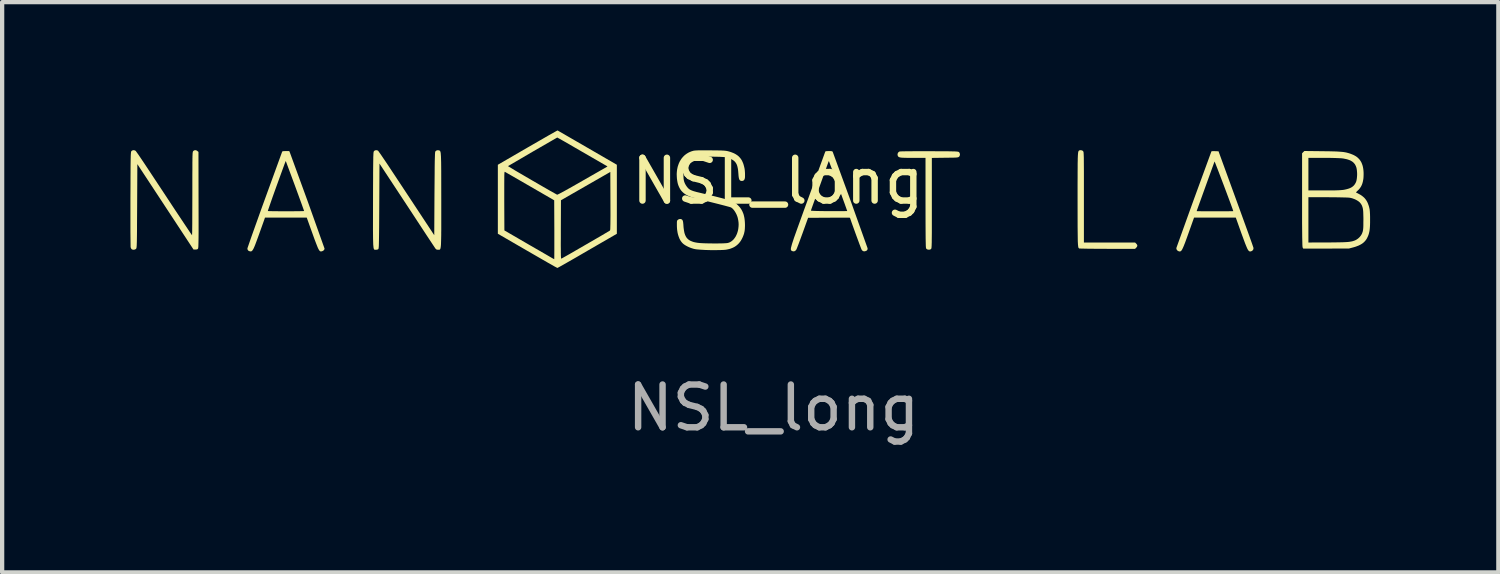
<source format=kicad_pcb>
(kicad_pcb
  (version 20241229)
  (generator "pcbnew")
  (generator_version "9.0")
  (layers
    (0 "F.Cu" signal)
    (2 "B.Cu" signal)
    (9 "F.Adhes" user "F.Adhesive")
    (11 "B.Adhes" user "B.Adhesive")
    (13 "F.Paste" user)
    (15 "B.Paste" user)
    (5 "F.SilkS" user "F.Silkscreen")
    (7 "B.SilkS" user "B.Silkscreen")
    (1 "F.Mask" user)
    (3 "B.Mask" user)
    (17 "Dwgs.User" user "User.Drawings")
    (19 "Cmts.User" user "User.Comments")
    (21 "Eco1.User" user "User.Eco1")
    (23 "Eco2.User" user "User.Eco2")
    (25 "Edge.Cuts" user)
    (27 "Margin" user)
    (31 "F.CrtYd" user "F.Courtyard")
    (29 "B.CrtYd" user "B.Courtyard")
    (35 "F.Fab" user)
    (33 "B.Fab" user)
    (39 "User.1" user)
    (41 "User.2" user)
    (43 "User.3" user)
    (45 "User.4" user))
  (footprint "NSL_long"
    (layer "F.Cu")
    (at 15.141 1.685)
    (property "Reference" "NSL_long" (at 0 -0.5 0) (unlocked yes) (layer "F.SilkS") (effects (font (size 1 1) (thickness 0.15))))
    (attr smd)
    (fp_poly (pts (xy 7.084 -1.223) (xy 7.09 -1.222) (xy 7.097 -1.221) (xy 7.103 -1.219) (xy 7.109 -1.218) (xy 7.115 -1.215) (xy 7.121 -1.213) (xy 7.126 -1.209) (xy 7.129 -1.208) (xy 7.131 -1.206) (xy 7.133 -1.204) (xy 7.135 -1.202) (xy 7.142 -1.193) (xy 7.148 -1.172) (xy 7.151 -1.127) (xy 7.154 -1.046) (xy 7.156 -0.729) (xy 7.156 -0.123) (xy 7.156 0.936) (xy 8.353 0.936) (xy 8.379 0.962) (xy 8.382 0.965) (xy 8.384 0.968) (xy 8.387 0.971) (xy 8.389 0.974) (xy 8.392 0.977) (xy 8.394 0.98) (xy 8.396 0.983) (xy 8.398 0.987) (xy 8.399 0.99) (xy 8.401 0.993) (xy 8.402 0.996) (xy 8.403 0.999) (xy 8.404 1.002) (xy 8.405 1.005) (xy 8.405 1.007) (xy 8.405 1.01) (xy 8.405 1.012) (xy 8.405 1.014) (xy 8.404 1.017) (xy 8.403 1.02) (xy 8.402 1.023) (xy 8.401 1.026) (xy 8.399 1.029) (xy 8.398 1.033) (xy 8.396 1.036) (xy 8.394 1.039) (xy 8.392 1.042) (xy 8.389 1.046) (xy 8.387 1.049) (xy 8.384 1.052) (xy 8.382 1.055) (xy 8.379 1.057) (xy 8.353 1.084) (xy 7.705 1.084) (xy 7.452 1.083) (xy 7.243 1.081) (xy 7.1 1.078) (xy 7.06 1.077) (xy 7.049 1.076) (xy 7.044 1.075) (xy 7.033 1.064) (xy 7.028 1.055) (xy 7.024 1.041) (xy 7.018 0.992) (xy 7.013 0.906) (xy 7.009 0.569) (xy 7.008 -0.07) (xy 7.008 -0.434) (xy 7.009 -0.581) (xy 7.009 -0.709) (xy 7.01 -0.818) (xy 7.01 -0.865) (xy 7.01 -0.909) (xy 7.011 -0.948) (xy 7.012 -0.984) (xy 7.012 -1.017) (xy 7.013 -1.046) (xy 7.014 -1.071) (xy 7.015 -1.094) (xy 7.016 -1.114) (xy 7.018 -1.132) (xy 7.019 -1.147) (xy 7.02 -1.154) (xy 7.02 -1.16) (xy 7.021 -1.166) (xy 7.022 -1.171) (xy 7.023 -1.176) (xy 7.024 -1.181) (xy 7.025 -1.185) (xy 7.026 -1.188) (xy 7.027 -1.192) (xy 7.028 -1.195) (xy 7.029 -1.198) (xy 7.03 -1.2) (xy 7.031 -1.202) (xy 7.033 -1.204) (xy 7.034 -1.206) (xy 7.035 -1.208) (xy 7.037 -1.209) (xy 7.038 -1.21) (xy 7.041 -1.213) (xy 7.044 -1.215) (xy 7.046 -1.216) (xy 7.049 -1.217) (xy 7.051 -1.219) (xy 7.054 -1.22) (xy 7.056 -1.22) (xy 7.059 -1.221) (xy 7.065 -1.222) (xy 7.071 -1.223) (xy 7.077 -1.223)) (stroke (width 0) (type solid)) (fill yes) (layer "F.SilkS"))
    (fp_poly (pts (xy -11.412 -1.168) (xy -10.988 -0.006) (xy -10.602 1.077) (xy -10.602 1.08) (xy -10.603 1.083) (xy -10.603 1.085) (xy -10.604 1.088) (xy -10.604 1.091) (xy -10.605 1.093) (xy -10.606 1.096) (xy -10.607 1.098) (xy -10.608 1.101) (xy -10.61 1.103) (xy -10.613 1.108) (xy -10.616 1.112) (xy -10.62 1.117) (xy -10.625 1.121) (xy -10.63 1.125) (xy -10.635 1.129) (xy -10.641 1.132) (xy -10.647 1.135) (xy -10.653 1.138) (xy -10.66 1.14) (xy -10.667 1.142) (xy -10.677 1.144) (xy -10.687 1.145) (xy -10.696 1.143) (xy -10.705 1.14) (xy -10.714 1.133) (xy -10.723 1.123) (xy -10.733 1.108) (xy -10.743 1.09) (xy -10.755 1.067) (xy -10.767 1.038) (xy -10.797 0.962) (xy -10.836 0.86) (xy -10.884 0.726) (xy -11.018 0.353) (xy -11.994 0.353) (xy -12.018 0.422) (xy -12.067 0.559) (xy -12.15 0.791) (xy -12.171 0.848) (xy -12.19 0.9) (xy -12.207 0.945) (xy -12.222 0.985) (xy -12.229 1.003) (xy -12.236 1.019) (xy -12.242 1.035) (xy -12.249 1.049) (xy -12.254 1.062) (xy -12.26 1.073) (xy -12.265 1.084) (xy -12.271 1.094) (xy -12.276 1.102) (xy -12.281 1.11) (xy -12.285 1.117) (xy -12.29 1.123) (xy -12.295 1.128) (xy -12.299 1.132) (xy -12.304 1.136) (xy -12.308 1.139) (xy -12.313 1.141) (xy -12.317 1.143) (xy -12.322 1.144) (xy -12.326 1.144) (xy -12.331 1.144) (xy -12.336 1.144) (xy -12.341 1.143) (xy -12.347 1.142) (xy -12.354 1.14) (xy -12.361 1.138) (xy -12.367 1.135) (xy -12.37 1.134) (xy -12.373 1.132) (xy -12.376 1.131) (xy -12.379 1.129) (xy -12.381 1.127) (xy -12.383 1.126) (xy -12.386 1.124) (xy -12.388 1.122) (xy -12.39 1.12) (xy -12.391 1.118) (xy -12.393 1.115) (xy -12.395 1.113) (xy -12.396 1.111) (xy -12.398 1.108) (xy -12.399 1.106) (xy -12.4 1.103) (xy -12.401 1.1) (xy -12.402 1.097) (xy -12.403 1.094) (xy -12.403 1.091) (xy -12.404 1.088) (xy -12.404 1.085) (xy -12.405 1.078) (xy -12.405 1.071) (xy -12.306 0.785) (xy -12.097 0.2) (xy -11.927 0.2) (xy -11.889 0.202) (xy -11.792 0.204) (xy -11.5 0.206) (xy -11.21 0.204) (xy -11.115 0.202) (xy -11.079 0.2) (xy -11.141 0.026) (xy -11.291 -0.385) (xy -11.443 -0.795) (xy -11.507 -0.967) (xy -11.509 -0.968) (xy -11.513 -0.961) (xy -11.538 -0.896) (xy -11.739 -0.343) (xy -11.814 -0.134) (xy -11.874 0.038) (xy -11.914 0.155) (xy -11.925 0.188) (xy -11.927 0.197) (xy -11.927 0.2) (xy -12.097 0.2) (xy -12.075 0.138) (xy -11.592 -1.19) (xy -11.591 -1.191) (xy -11.59 -1.193) (xy -11.588 -1.194) (xy -11.585 -1.195) (xy -11.582 -1.196) (xy -11.578 -1.197) (xy -11.574 -1.198) (xy -11.569 -1.199) (xy -11.563 -1.2) (xy -11.557 -1.2) (xy -11.543 -1.201) (xy -11.526 -1.202) (xy -11.507 -1.202) (xy -11.427 -1.202)) (stroke (width 0) (type solid)) (fill yes) (layer "F.SilkS"))
    (fp_poly (pts (xy -4.456 -1.282) (xy -3.766 -0.882) (xy -3.766 0.732) (xy -4.456 1.131) (xy -4.724 1.287) (xy -4.946 1.414) (xy -5.098 1.5) (xy -5.141 1.523) (xy -5.157 1.531) (xy -5.216 1.5) (xy -5.368 1.414) (xy -5.859 1.131) (xy -6.549 0.731) (xy -6.549 -0.421) (xy -6.399 -0.421) (xy -6.399 -0.037) (xy -6.396 0.653) (xy -5.814 0.991) (xy -5.403 1.228) (xy -5.278 1.301) (xy -5.23 1.327) (xy -5.229 1.273) (xy -5.228 1.125) (xy -5.228 1.014) (xy -5.077 1.014) (xy -5.076 1.08) (xy -5.076 1.135) (xy -5.076 1.181) (xy -5.075 1.201) (xy -5.075 1.218) (xy -5.075 1.234) (xy -5.074 1.248) (xy -5.074 1.261) (xy -5.073 1.271) (xy -5.072 1.28) (xy -5.072 1.288) (xy -5.071 1.295) (xy -5.07 1.3) (xy -5.069 1.302) (xy -5.069 1.304) (xy -5.068 1.306) (xy -5.068 1.308) (xy -5.067 1.309) (xy -5.067 1.31) (xy -5.066 1.311) (xy -5.066 1.312) (xy -5.065 1.312) (xy -5.064 1.313) (xy -5.064 1.313) (xy -5.063 1.313) (xy -5.062 1.313) (xy -5.061 1.313) (xy -5.06 1.312) (xy -4.874 1.207) (xy -4.49 0.985) (xy -4.107 0.763) (xy -3.926 0.655) (xy -3.923 0.645) (xy -3.92 0.619) (xy -3.917 0.507) (xy -3.915 0.297) (xy -3.916 -0.035) (xy -3.919 -0.714) (xy -4.496 -0.383) (xy -5.073 -0.052) (xy -5.076 0.634) (xy -5.076 0.849) (xy -5.077 0.938) (xy -5.077 1.014) (xy -5.228 1.014) (xy -5.228 0.638) (xy -5.231 -0.051) (xy -5.798 -0.379) (xy -6.203 -0.613) (xy -6.383 -0.716) (xy -6.386 -0.718) (xy -6.388 -0.717) (xy -6.391 -0.713) (xy -6.393 -0.706) (xy -6.396 -0.678) (xy -6.398 -0.626) (xy -6.399 -0.421) (xy -6.549 -0.421) (xy -6.549 -0.85) (xy -6.312 -0.85) (xy -6.139 -0.745) (xy -5.752 -0.519) (xy -5.358 -0.291) (xy -5.163 -0.182) (xy -5.158 -0.183) (xy -5.148 -0.187) (xy -5.114 -0.203) (xy -4.992 -0.268) (xy -4.808 -0.371) (xy -4.575 -0.504) (xy -3.993 -0.837) (xy -3.992 -0.837) (xy -3.992 -0.838) (xy -3.991 -0.838) (xy -3.991 -0.838) (xy -3.99 -0.839) (xy -3.99 -0.839) (xy -3.989 -0.839) (xy -3.989 -0.84) (xy -3.989 -0.84) (xy -3.988 -0.84) (xy -3.988 -0.841) (xy -3.988 -0.841) (xy -3.988 -0.841) (xy -3.988 -0.842) (xy -3.988 -0.842) (xy -3.988 -0.842) (xy -3.988 -0.843) (xy -3.988 -0.843) (xy -3.988 -0.843) (xy -3.988 -0.844) (xy -3.988 -0.844) (xy -3.988 -0.845) (xy -3.989 -0.845) (xy -3.989 -0.845) (xy -3.989 -0.846) (xy -3.99 -0.846) (xy -3.99 -0.846) (xy -3.991 -0.846) (xy -3.991 -0.847) (xy -3.992 -0.847) (xy -3.992 -0.847) (xy -3.993 -0.848) (xy -4.578 -1.186) (xy -4.986 -1.422) (xy -5.112 -1.493) (xy -5.147 -1.512) (xy -5.16 -1.519) (xy -5.736 -1.187) (xy -6.312 -0.85) (xy -6.549 -0.85) (xy -6.549 -0.882) (xy -5.854 -1.285) (xy -5.583 -1.441) (xy -5.361 -1.569) (xy -5.21 -1.654) (xy -5.168 -1.677) (xy -5.153 -1.685)) (stroke (width 0) (type solid)) (fill yes) (layer "F.SilkS"))
    (fp_poly (pts (xy 10.207 -1.201) (xy 10.223 -1.2) (xy 10.304 -1.197) (xy 10.709 -0.086) (xy 10.997 0.708) (xy 11.086 0.957) (xy 11.12 1.057) (xy 11.121 1.061) (xy 11.121 1.065) (xy 11.121 1.068) (xy 11.121 1.072) (xy 11.121 1.075) (xy 11.121 1.079) (xy 11.121 1.082) (xy 11.12 1.086) (xy 11.119 1.089) (xy 11.118 1.092) (xy 11.117 1.096) (xy 11.116 1.099) (xy 11.114 1.102) (xy 11.113 1.105) (xy 11.111 1.108) (xy 11.109 1.111) (xy 11.107 1.114) (xy 11.104 1.116) (xy 11.102 1.119) (xy 11.1 1.122) (xy 11.097 1.124) (xy 11.094 1.126) (xy 11.091 1.129) (xy 11.088 1.131) (xy 11.085 1.133) (xy 11.082 1.135) (xy 11.078 1.136) (xy 11.075 1.138) (xy 11.071 1.139) (xy 11.067 1.141) (xy 11.064 1.142) (xy 11.06 1.143) (xy 11.049 1.145) (xy 11.039 1.145) (xy 11.03 1.143) (xy 11.021 1.139) (xy 11.012 1.132) (xy 11.002 1.121) (xy 10.992 1.106) (xy 10.981 1.087) (xy 10.97 1.063) (xy 10.957 1.033) (xy 10.926 0.957) (xy 10.888 0.854) (xy 10.839 0.721) (xy 10.708 0.353) (xy 9.732 0.353) (xy 9.601 0.721) (xy 9.576 0.791) (xy 9.553 0.854) (xy 9.533 0.909) (xy 9.515 0.957) (xy 9.506 0.978) (xy 9.499 0.998) (xy 9.491 1.017) (xy 9.484 1.033) (xy 9.477 1.049) (xy 9.471 1.063) (xy 9.465 1.075) (xy 9.459 1.087) (xy 9.454 1.097) (xy 9.449 1.106) (xy 9.444 1.114) (xy 9.439 1.121) (xy 9.434 1.127) (xy 9.429 1.132) (xy 9.425 1.136) (xy 9.422 1.137) (xy 9.42 1.139) (xy 9.418 1.14) (xy 9.415 1.141) (xy 9.413 1.142) (xy 9.411 1.143) (xy 9.406 1.145) (xy 9.401 1.145) (xy 9.397 1.145) (xy 9.392 1.145) (xy 9.386 1.144) (xy 9.381 1.143) (xy 9.377 1.142) (xy 9.373 1.141) (xy 9.37 1.139) (xy 9.366 1.138) (xy 9.362 1.136) (xy 9.359 1.135) (xy 9.356 1.133) (xy 9.353 1.131) (xy 9.35 1.129) (xy 9.347 1.126) (xy 9.344 1.124) (xy 9.341 1.122) (xy 9.339 1.119) (xy 9.336 1.117) (xy 9.334 1.114) (xy 9.332 1.111) (xy 9.33 1.108) (xy 9.328 1.105) (xy 9.326 1.102) (xy 9.325 1.099) (xy 9.323 1.096) (xy 9.322 1.093) (xy 9.321 1.09) (xy 9.32 1.087) (xy 9.319 1.083) (xy 9.319 1.08) (xy 9.319 1.077) (xy 9.318 1.073) (xy 9.318 1.07) (xy 9.319 1.066) (xy 9.319 1.063) (xy 9.32 1.059) (xy 9.628 0.202) (xy 9.792 0.202) (xy 9.825 0.204) (xy 9.918 0.205) (xy 10.22 0.205) (xy 10.387 0.205) (xy 10.523 0.205) (xy 10.615 0.204) (xy 10.64 0.203) (xy 10.647 0.203) (xy 10.649 0.202) (xy 10.63 0.145) (xy 10.581 0.01) (xy 10.431 -0.391) (xy 10.281 -0.785) (xy 10.231 -0.913) (xy 10.211 -0.959) (xy 9.792 0.202) (xy 9.628 0.202) (xy 9.727 -0.072) (xy 10.138 -1.195) (xy 10.139 -1.196) (xy 10.14 -1.196) (xy 10.143 -1.197) (xy 10.146 -1.198) (xy 10.154 -1.199) (xy 10.165 -1.2) (xy 10.177 -1.201) (xy 10.192 -1.201)) (stroke (width 0) (type solid)) (fill yes) (layer "F.SilkS"))
    (fp_poly (pts (xy -9.386 -1.222) (xy -9.379 -1.221) (xy -9.373 -1.22) (xy -9.366 -1.218) (xy -9.363 -1.217) (xy -9.36 -1.215) (xy -9.357 -1.214) (xy -9.354 -1.212) (xy -9.351 -1.211) (xy -9.348 -1.209) (xy -9.289 -1.126) (xy -9.143 -0.911) (xy -8.682 -0.214) (xy -8.036 0.765) (xy -8.031 -0.2) (xy -8.027 -0.666) (xy -8.026 -0.835) (xy -8.024 -0.967) (xy -8.021 -1.064) (xy -8.019 -1.131) (xy -8.017 -1.154) (xy -8.016 -1.171) (xy -8.014 -1.183) (xy -8.013 -1.189) (xy -8.009 -1.193) (xy -8.006 -1.198) (xy -8.002 -1.202) (xy -7.997 -1.206) (xy -7.993 -1.21) (xy -7.988 -1.213) (xy -7.983 -1.215) (xy -7.978 -1.217) (xy -7.972 -1.219) (xy -7.966 -1.22) (xy -7.96 -1.221) (xy -7.954 -1.222) (xy -7.948 -1.222) (xy -7.942 -1.221) (xy -7.936 -1.221) (xy -7.929 -1.219) (xy -7.91 -1.213) (xy -7.902 -1.207) (xy -7.896 -1.197) (xy -7.89 -1.18) (xy -7.885 -1.155) (xy -7.879 -1.073) (xy -7.875 -0.937) (xy -7.873 -0.731) (xy -7.872 -0.054) (xy -7.872 0.347) (xy -7.872 0.507) (xy -7.872 0.643) (xy -7.873 0.702) (xy -7.873 0.756) (xy -7.874 0.806) (xy -7.875 0.85) (xy -7.876 0.89) (xy -7.877 0.925) (xy -7.878 0.956) (xy -7.879 0.984) (xy -7.881 1.008) (xy -7.883 1.028) (xy -7.884 1.037) (xy -7.885 1.046) (xy -7.887 1.054) (xy -7.888 1.061) (xy -7.889 1.067) (xy -7.891 1.073) (xy -7.892 1.078) (xy -7.894 1.082) (xy -7.895 1.086) (xy -7.897 1.09) (xy -7.899 1.093) (xy -7.901 1.096) (xy -7.903 1.098) (xy -7.905 1.1) (xy -7.907 1.101) (xy -7.909 1.103) (xy -7.912 1.104) (xy -7.914 1.104) (xy -7.917 1.105) (xy -7.92 1.105) (xy -7.925 1.105) (xy -7.931 1.105) (xy -7.945 1.105) (xy -7.951 1.105) (xy -7.957 1.105) (xy -7.962 1.104) (xy -7.967 1.104) (xy -7.97 1.103) (xy -7.972 1.103) (xy -7.974 1.102) (xy -7.976 1.102) (xy -7.978 1.101) (xy -7.98 1.1) (xy -7.982 1.1) (xy -7.984 1.099) (xy -7.986 1.098) (xy -7.988 1.097) (xy -7.989 1.096) (xy -7.991 1.094) (xy -7.993 1.093) (xy -7.995 1.092) (xy -7.996 1.09) (xy -7.998 1.088) (xy -8 1.087) (xy -8.002 1.085) (xy -8.005 1.081) (xy -8.009 1.076) (xy -8.013 1.071) (xy -8.219 0.76) (xy -8.677 0.062) (xy -9.317 -0.91) (xy -9.322 0.079) (xy -9.325 0.58) (xy -9.327 0.754) (xy -9.329 0.885) (xy -9.331 0.978) (xy -9.332 1.012) (xy -9.334 1.039) (xy -9.336 1.059) (xy -9.338 1.073) (xy -9.34 1.082) (xy -9.341 1.085) (xy -9.342 1.087) (xy -9.344 1.089) (xy -9.346 1.091) (xy -9.348 1.093) (xy -9.351 1.095) (xy -9.353 1.096) (xy -9.356 1.098) (xy -9.36 1.099) (xy -9.363 1.1) (xy -9.367 1.101) (xy -9.371 1.102) (xy -9.375 1.103) (xy -9.379 1.104) (xy -9.383 1.104) (xy -9.388 1.105) (xy -9.392 1.105) (xy -9.397 1.105) (xy -9.423 1.106) (xy -9.433 1.104) (xy -9.442 1.097) (xy -9.449 1.084) (xy -9.455 1.063) (xy -9.463 0.986) (xy -9.467 0.851) (xy -9.469 0.641) (xy -9.468 -0.069) (xy -9.467 -0.425) (xy -9.466 -0.57) (xy -9.466 -0.696) (xy -9.465 -0.803) (xy -9.464 -0.894) (xy -9.463 -0.969) (xy -9.462 -1.03) (xy -9.462 -1.056) (xy -9.461 -1.079) (xy -9.46 -1.099) (xy -9.459 -1.117) (xy -9.459 -1.132) (xy -9.458 -1.146) (xy -9.457 -1.157) (xy -9.456 -1.166) (xy -9.455 -1.174) (xy -9.454 -1.181) (xy -9.452 -1.186) (xy -9.451 -1.191) (xy -9.449 -1.194) (xy -9.448 -1.197) (xy -9.446 -1.199) (xy -9.445 -1.201) (xy -9.442 -1.204) (xy -9.44 -1.206) (xy -9.438 -1.208) (xy -9.435 -1.21) (xy -9.432 -1.211) (xy -9.43 -1.213) (xy -9.427 -1.215) (xy -9.424 -1.216) (xy -9.421 -1.217) (xy -9.418 -1.218) (xy -9.412 -1.22) (xy -9.405 -1.222) (xy -9.399 -1.222) (xy -9.392 -1.223)) (stroke (width 0) (type solid)) (fill yes) (layer "F.SilkS"))
    (fp_poly (pts (xy 1.203 -1.202) (xy 1.214 -1.202) (xy 1.224 -1.202) (xy 1.232 -1.202) (xy 1.24 -1.201) (xy 1.243 -1.201) (xy 1.247 -1.2) (xy 1.25 -1.2) (xy 1.253 -1.2) (xy 1.256 -1.199) (xy 1.258 -1.199) (xy 1.26 -1.198) (xy 1.263 -1.198) (xy 1.265 -1.197) (xy 1.267 -1.196) (xy 1.269 -1.196) (xy 1.27 -1.195) (xy 1.272 -1.194) (xy 1.273 -1.193) (xy 1.275 -1.192) (xy 1.276 -1.191) (xy 1.277 -1.19) (xy 1.278 -1.189) (xy 1.279 -1.188) (xy 1.28 -1.187) (xy 1.281 -1.186) (xy 1.282 -1.184) (xy 1.698 -0.048) (xy 2.098 1.072) (xy 2.097 1.079) (xy 2.097 1.085) (xy 2.096 1.091) (xy 2.096 1.094) (xy 2.095 1.096) (xy 2.095 1.099) (xy 2.094 1.101) (xy 2.093 1.103) (xy 2.092 1.106) (xy 2.091 1.108) (xy 2.09 1.11) (xy 2.089 1.112) (xy 2.087 1.114) (xy 2.086 1.116) (xy 2.084 1.118) (xy 2.082 1.119) (xy 2.081 1.121) (xy 2.079 1.122) (xy 2.077 1.124) (xy 2.074 1.125) (xy 2.072 1.127) (xy 2.07 1.128) (xy 2.067 1.13) (xy 2.062 1.132) (xy 2.056 1.134) (xy 2.049 1.137) (xy 2.045 1.138) (xy 2.041 1.139) (xy 2.037 1.14) (xy 2.034 1.141) (xy 2.03 1.141) (xy 2.026 1.142) (xy 2.023 1.142) (xy 2.019 1.142) (xy 2.016 1.142) (xy 2.012 1.142) (xy 2.009 1.141) (xy 2.006 1.141) (xy 2.003 1.14) (xy 1.999 1.139) (xy 1.996 1.138) (xy 1.993 1.137) (xy 1.99 1.135) (xy 1.987 1.134) (xy 1.984 1.132) (xy 1.982 1.13) (xy 1.979 1.128) (xy 1.976 1.126) (xy 1.974 1.123) (xy 1.971 1.12) (xy 1.969 1.118) (xy 1.966 1.115) (xy 1.964 1.112) (xy 1.961 1.108) (xy 1.959 1.105) (xy 1.957 1.101) (xy 1.955 1.097) (xy 1.953 1.093) (xy 1.906 0.97) (xy 1.814 0.72) (xy 1.725 0.473) (xy 1.685 0.357) (xy 1.646 0.355) (xy 1.541 0.355) (xy 1.196 0.356) (xy 0.706 0.359) (xy 0.577 0.718) (xy 0.525 0.859) (xy 0.481 0.978) (xy 0.462 1.026) (xy 0.448 1.063) (xy 0.437 1.089) (xy 0.433 1.097) (xy 0.431 1.102) (xy 0.426 1.109) (xy 0.421 1.115) (xy 0.418 1.118) (xy 0.416 1.121) (xy 0.413 1.123) (xy 0.41 1.126) (xy 0.407 1.128) (xy 0.404 1.13) (xy 0.402 1.132) (xy 0.399 1.134) (xy 0.396 1.136) (xy 0.393 1.137) (xy 0.39 1.139) (xy 0.387 1.14) (xy 0.383 1.141) (xy 0.38 1.141) (xy 0.377 1.142) (xy 0.374 1.143) (xy 0.371 1.143) (xy 0.368 1.143) (xy 0.364 1.143) (xy 0.361 1.143) (xy 0.358 1.143) (xy 0.355 1.142) (xy 0.351 1.141) (xy 0.348 1.141) (xy 0.345 1.14) (xy 0.341 1.138) (xy 0.338 1.137) (xy 0.334 1.136) (xy 0.314 1.124) (xy 0.307 1.116) (xy 0.304 1.103) (xy 0.303 1.083) (xy 0.307 1.056) (xy 0.33 0.97) (xy 0.376 0.829) (xy 0.451 0.619) (xy 0.606 0.189) (xy 0.772 0.189) (xy 0.773 0.191) (xy 0.778 0.192) (xy 0.798 0.194) (xy 0.879 0.198) (xy 1.012 0.201) (xy 1.196 0.203) (xy 1.361 0.203) (xy 1.496 0.203) (xy 1.548 0.202) (xy 1.588 0.201) (xy 1.613 0.2) (xy 1.619 0.2) (xy 1.621 0.199) (xy 1.559 0.025) (xy 1.409 -0.386) (xy 1.258 -0.795) (xy 1.211 -0.92) (xy 1.193 -0.967) (xy 1.193 -0.967) (xy 1.192 -0.968) (xy 1.192 -0.968) (xy 1.192 -0.967) (xy 1.192 -0.967) (xy 1.191 -0.966) (xy 1.19 -0.965) (xy 1.19 -0.964) (xy 1.188 -0.961) (xy 1.186 -0.957) (xy 1.184 -0.952) (xy 1.181 -0.947) (xy 1.179 -0.941) (xy 0.972 -0.366) (xy 0.831 0.022) (xy 0.788 0.142) (xy 0.772 0.189) (xy 0.606 0.189) (xy 0.701 -0.07) (xy 1.108 -1.19) (xy 1.109 -1.191) (xy 1.11 -1.193) (xy 1.112 -1.194) (xy 1.115 -1.195) (xy 1.118 -1.196) (xy 1.122 -1.197) (xy 1.126 -1.198) (xy 1.131 -1.199) (xy 1.136 -1.2) (xy 1.142 -1.2) (xy 1.156 -1.201) (xy 1.173 -1.202) (xy 1.192 -1.202)) (stroke (width 0) (type solid)) (fill yes) (layer "F.SilkS"))
    (fp_poly (pts (xy 3.543 -1.199) (xy 3.756 -1.198) (xy 3.843 -1.198) (xy 3.919 -1.197) (xy 3.984 -1.197) (xy 4.038 -1.196) (xy 4.084 -1.195) (xy 4.121 -1.194) (xy 4.137 -1.194) (xy 4.152 -1.193) (xy 4.164 -1.192) (xy 4.176 -1.192) (xy 4.185 -1.191) (xy 4.194 -1.19) (xy 4.201 -1.189) (xy 4.208 -1.188) (xy 4.213 -1.187) (xy 4.218 -1.186) (xy 4.222 -1.185) (xy 4.225 -1.183) (xy 4.228 -1.182) (xy 4.23 -1.18) (xy 4.232 -1.179) (xy 4.234 -1.177) (xy 4.237 -1.174) (xy 4.24 -1.172) (xy 4.242 -1.169) (xy 4.244 -1.166) (xy 4.246 -1.163) (xy 4.248 -1.159) (xy 4.25 -1.156) (xy 4.251 -1.153) (xy 4.252 -1.149) (xy 4.253 -1.145) (xy 4.254 -1.142) (xy 4.255 -1.138) (xy 4.256 -1.134) (xy 4.256 -1.131) (xy 4.257 -1.127) (xy 4.257 -1.123) (xy 4.257 -1.119) (xy 4.256 -1.115) (xy 4.256 -1.111) (xy 4.255 -1.108) (xy 4.254 -1.104) (xy 4.253 -1.1) (xy 4.252 -1.097) (xy 4.251 -1.093) (xy 4.25 -1.09) (xy 4.248 -1.086) (xy 4.246 -1.083) (xy 4.244 -1.08) (xy 4.242 -1.077) (xy 4.24 -1.074) (xy 4.237 -1.071) (xy 4.234 -1.069) (xy 4.226 -1.063) (xy 4.221 -1.06) (xy 4.214 -1.058) (xy 4.206 -1.056) (xy 4.196 -1.054) (xy 4.169 -1.051) (xy 4.129 -1.049) (xy 4.074 -1.048) (xy 3.906 -1.046) (xy 3.6 -1.042) (xy 3.6 0.014) (xy 3.6 0.353) (xy 3.6 0.492) (xy 3.6 0.611) (xy 3.6 0.713) (xy 3.599 0.799) (xy 3.598 0.87) (xy 3.598 0.901) (xy 3.598 0.928) (xy 3.597 0.953) (xy 3.596 0.974) (xy 3.596 0.994) (xy 3.595 1.01) (xy 3.594 1.025) (xy 3.593 1.037) (xy 3.593 1.048) (xy 3.592 1.057) (xy 3.59 1.064) (xy 3.589 1.07) (xy 3.588 1.075) (xy 3.587 1.079) (xy 3.585 1.082) (xy 3.584 1.084) (xy 3.582 1.086) (xy 3.58 1.088) (xy 3.577 1.09) (xy 3.574 1.093) (xy 3.571 1.095) (xy 3.567 1.097) (xy 3.564 1.098) (xy 3.56 1.1) (xy 3.556 1.101) (xy 3.552 1.102) (xy 3.548 1.103) (xy 3.544 1.104) (xy 3.539 1.104) (xy 3.535 1.104) (xy 3.531 1.104) (xy 3.527 1.104) (xy 3.522 1.104) (xy 3.518 1.104) (xy 3.514 1.103) (xy 3.51 1.102) (xy 3.506 1.101) (xy 3.502 1.1) (xy 3.498 1.099) (xy 3.494 1.097) (xy 3.49 1.095) (xy 3.487 1.094) (xy 3.483 1.092) (xy 3.48 1.089) (xy 3.477 1.087) (xy 3.475 1.085) (xy 3.472 1.082) (xy 3.47 1.079) (xy 3.468 1.076) (xy 3.466 1.073) (xy 3.462 1.055) (xy 3.459 1.012) (xy 3.455 0.836) (xy 3.453 0.511) (xy 3.452 0.001) (xy 3.452 -1.044) (xy 3.159 -1.044) (xy 3.103 -1.044) (xy 3.053 -1.044) (xy 3.009 -1.044) (xy 2.972 -1.045) (xy 2.955 -1.045) (xy 2.939 -1.046) (xy 2.924 -1.047) (xy 2.911 -1.047) (xy 2.899 -1.048) (xy 2.887 -1.049) (xy 2.877 -1.05) (xy 2.868 -1.052) (xy 2.86 -1.053) (xy 2.852 -1.055) (xy 2.845 -1.057) (xy 2.839 -1.059) (xy 2.834 -1.061) (xy 2.829 -1.063) (xy 2.826 -1.064) (xy 2.824 -1.066) (xy 2.822 -1.067) (xy 2.821 -1.069) (xy 2.817 -1.072) (xy 2.814 -1.075) (xy 2.812 -1.078) (xy 2.809 -1.082) (xy 2.807 -1.086) (xy 2.805 -1.09) (xy 2.803 -1.095) (xy 2.801 -1.1) (xy 2.8 -1.103) (xy 2.799 -1.107) (xy 2.799 -1.11) (xy 2.798 -1.114) (xy 2.798 -1.118) (xy 2.798 -1.121) (xy 2.798 -1.125) (xy 2.798 -1.129) (xy 2.799 -1.132) (xy 2.799 -1.136) (xy 2.8 -1.14) (xy 2.801 -1.143) (xy 2.802 -1.146) (xy 2.804 -1.15) (xy 2.805 -1.153) (xy 2.807 -1.156) (xy 2.808 -1.16) (xy 2.81 -1.163) (xy 2.812 -1.166) (xy 2.814 -1.169) (xy 2.817 -1.171) (xy 2.819 -1.174) (xy 2.822 -1.177) (xy 2.824 -1.179) (xy 2.827 -1.181) (xy 2.83 -1.183) (xy 2.833 -1.185) (xy 2.836 -1.187) (xy 2.839 -1.189) (xy 2.842 -1.19) (xy 2.846 -1.192) (xy 2.849 -1.193) (xy 2.912 -1.196) (xy 3.064 -1.198) (xy 3.282 -1.199)) (stroke (width 0) (type solid)) (fill yes) (layer "F.SilkS"))
    (fp_poly (pts (xy -13.622 -1.223) (xy -13.619 -1.222) (xy -13.616 -1.222) (xy -13.613 -1.222) (xy -13.61 -1.221) (xy -13.606 -1.22) (xy -13.603 -1.219) (xy -13.6 -1.218) (xy -13.597 -1.217) (xy -13.594 -1.215) (xy -13.591 -1.214) (xy -13.587 -1.212) (xy -13.584 -1.21) (xy -13.581 -1.208) (xy -13.578 -1.206) (xy -13.575 -1.203) (xy -13.55 -1.183) (xy -13.548 -0.068) (xy -13.547 0.481) (xy -13.547 0.676) (xy -13.548 0.827) (xy -13.55 0.936) (xy -13.552 1.01) (xy -13.553 1.036) (xy -13.555 1.054) (xy -13.556 1.067) (xy -13.558 1.073) (xy -13.56 1.077) (xy -13.563 1.081) (xy -13.565 1.084) (xy -13.567 1.087) (xy -13.57 1.089) (xy -13.572 1.091) (xy -13.575 1.093) (xy -13.578 1.095) (xy -13.582 1.096) (xy -13.585 1.097) (xy -13.59 1.098) (xy -13.594 1.099) (xy -13.6 1.099) (xy -13.605 1.099) (xy -13.612 1.1) (xy -13.619 1.1) (xy -13.666 1.1) (xy -14.322 0.102) (xy -14.979 -0.897) (xy -14.984 0.081) (xy -14.986 0.395) (xy -14.987 0.523) (xy -14.987 0.633) (xy -14.988 0.728) (xy -14.989 0.808) (xy -14.99 0.874) (xy -14.991 0.928) (xy -14.992 0.951) (xy -14.993 0.972) (xy -14.993 0.99) (xy -14.994 1.006) (xy -14.995 1.019) (xy -14.996 1.031) (xy -14.997 1.041) (xy -14.998 1.05) (xy -14.999 1.057) (xy -15 1.063) (xy -15.002 1.068) (xy -15.003 1.072) (xy -15.004 1.076) (xy -15.006 1.078) (xy -15.008 1.081) (xy -15.009 1.083) (xy -15.012 1.085) (xy -15.014 1.087) (xy -15.017 1.089) (xy -15.02 1.091) (xy -15.023 1.093) (xy -15.026 1.095) (xy -15.029 1.097) (xy -15.033 1.098) (xy -15.04 1.101) (xy -15.047 1.102) (xy -15.055 1.104) (xy -15.062 1.105) (xy -15.07 1.105) (xy -15.077 1.104) (xy -15.085 1.103) (xy -15.088 1.102) (xy -15.092 1.102) (xy -15.095 1.101) (xy -15.098 1.099) (xy -15.102 1.098) (xy -15.105 1.097) (xy -15.107 1.095) (xy -15.11 1.093) (xy -15.113 1.091) (xy -15.115 1.089) (xy -15.117 1.087) (xy -15.118 1.085) (xy -15.12 1.082) (xy -15.122 1.08) (xy -15.123 1.077) (xy -15.125 1.074) (xy -15.127 1.071) (xy -15.128 1.067) (xy -15.13 1.064) (xy -15.131 1.06) (xy -15.132 1.057) (xy -15.134 1.053) (xy -15.135 1.049) (xy -15.136 1.045) (xy -15.137 1.042) (xy -15.137 1.038) (xy -15.141 0.694) (xy -15.141 -0.087) (xy -15.139 -0.437) (xy -15.139 -0.58) (xy -15.138 -0.704) (xy -15.138 -0.809) (xy -15.137 -0.898) (xy -15.136 -0.972) (xy -15.135 -1.033) (xy -15.134 -1.058) (xy -15.134 -1.081) (xy -15.133 -1.101) (xy -15.132 -1.118) (xy -15.131 -1.133) (xy -15.13 -1.146) (xy -15.129 -1.157) (xy -15.128 -1.167) (xy -15.127 -1.175) (xy -15.126 -1.181) (xy -15.125 -1.186) (xy -15.124 -1.191) (xy -15.122 -1.194) (xy -15.121 -1.197) (xy -15.119 -1.199) (xy -15.117 -1.201) (xy -15.115 -1.204) (xy -15.112 -1.206) (xy -15.11 -1.208) (xy -15.107 -1.21) (xy -15.104 -1.212) (xy -15.101 -1.214) (xy -15.098 -1.215) (xy -15.095 -1.217) (xy -15.092 -1.218) (xy -15.089 -1.219) (xy -15.086 -1.22) (xy -15.082 -1.221) (xy -15.079 -1.222) (xy -15.076 -1.222) (xy -15.072 -1.222) (xy -15.069 -1.223) (xy -15.065 -1.223) (xy -15.062 -1.222) (xy -15.058 -1.222) (xy -15.055 -1.222) (xy -15.051 -1.221) (xy -15.048 -1.22) (xy -15.044 -1.219) (xy -15.041 -1.218) (xy -15.037 -1.217) (xy -15.034 -1.215) (xy -15.031 -1.214) (xy -15.027 -1.212) (xy -15.024 -1.21) (xy -15.021 -1.208) (xy -15.018 -1.206) (xy -15.015 -1.203) (xy -14.954 -1.118) (xy -14.809 -0.903) (xy -14.349 -0.208) (xy -14.1 0.17) (xy -13.894 0.479) (xy -13.754 0.689) (xy -13.715 0.746) (xy -13.7 0.766) (xy -13.697 0.689) (xy -13.695 0.48) (xy -13.693 -0.207) (xy -13.693 -0.525) (xy -13.693 -0.654) (xy -13.692 -0.765) (xy -13.692 -0.859) (xy -13.692 -0.938) (xy -13.691 -0.973) (xy -13.691 -1.004) (xy -13.691 -1.032) (xy -13.69 -1.057) (xy -13.69 -1.079) (xy -13.689 -1.099) (xy -13.688 -1.116) (xy -13.688 -1.131) (xy -13.687 -1.144) (xy -13.686 -1.155) (xy -13.685 -1.165) (xy -13.684 -1.169) (xy -13.684 -1.173) (xy -13.683 -1.176) (xy -13.683 -1.179) (xy -13.682 -1.182) (xy -13.681 -1.185) (xy -13.681 -1.187) (xy -13.68 -1.189) (xy -13.679 -1.191) (xy -13.679 -1.193) (xy -13.678 -1.194) (xy -13.677 -1.196) (xy -13.676 -1.197) (xy -13.675 -1.198) (xy -13.673 -1.2) (xy -13.672 -1.202) (xy -13.669 -1.205) (xy -13.666 -1.207) (xy -13.664 -1.209) (xy -13.661 -1.211) (xy -13.658 -1.213) (xy -13.656 -1.214) (xy -13.653 -1.216) (xy -13.65 -1.217) (xy -13.647 -1.219) (xy -13.644 -1.22) (xy -13.641 -1.22) (xy -13.638 -1.221) (xy -13.635 -1.222) (xy -13.632 -1.222) (xy -13.629 -1.223) (xy -13.625 -1.223)) (stroke (width 0) (type solid)) (fill yes) (layer "F.SilkS"))
    (fp_poly (pts (xy 12.737 -1.199) (xy 12.894 -1.197) (xy 13.02 -1.194) (xy 13.072 -1.192) (xy 13.119 -1.189) (xy 13.16 -1.186) (xy 13.197 -1.183) (xy 13.231 -1.179) (xy 13.261 -1.174) (xy 13.289 -1.169) (xy 13.316 -1.162) (xy 13.342 -1.155) (xy 13.368 -1.147) (xy 13.394 -1.138) (xy 13.422 -1.127) (xy 13.456 -1.113) (xy 13.489 -1.096) (xy 13.518 -1.079) (xy 13.546 -1.059) (xy 13.57 -1.037) (xy 13.593 -1.014) (xy 13.613 -0.989) (xy 13.631 -0.961) (xy 13.647 -0.932) (xy 13.66 -0.9) (xy 13.672 -0.866) (xy 13.681 -0.83) (xy 13.688 -0.792) (xy 13.693 -0.751) (xy 13.696 -0.708) (xy 13.697 -0.663) (xy 13.696 -0.63) (xy 13.695 -0.598) (xy 13.693 -0.568) (xy 13.689 -0.539) (xy 13.684 -0.512) (xy 13.679 -0.486) (xy 13.672 -0.461) (xy 13.665 -0.437) (xy 13.656 -0.414) (xy 13.646 -0.392) (xy 13.635 -0.371) (xy 13.622 -0.351) (xy 13.609 -0.332) (xy 13.594 -0.314) (xy 13.579 -0.297) (xy 13.561 -0.28) (xy 13.552 -0.272) (xy 13.544 -0.263) (xy 13.536 -0.256) (xy 13.533 -0.252) (xy 13.53 -0.249) (xy 13.527 -0.246) (xy 13.525 -0.243) (xy 13.523 -0.241) (xy 13.521 -0.239) (xy 13.52 -0.237) (xy 13.52 -0.236) (xy 13.519 -0.236) (xy 13.519 -0.235) (xy 13.519 -0.234) (xy 13.519 -0.234) (xy 13.519 -0.234) (xy 13.54 -0.223) (xy 13.586 -0.199) (xy 13.609 -0.187) (xy 13.632 -0.174) (xy 13.652 -0.16) (xy 13.672 -0.145) (xy 13.69 -0.13) (xy 13.708 -0.114) (xy 13.724 -0.097) (xy 13.739 -0.079) (xy 13.753 -0.06) (xy 13.766 -0.04) (xy 13.778 -0.019) (xy 13.789 0.003) (xy 13.799 0.027) (xy 13.808 0.052) (xy 13.817 0.077) (xy 13.825 0.105) (xy 13.831 0.131) (xy 13.837 0.156) (xy 13.84 0.182) (xy 13.843 0.211) (xy 13.845 0.245) (xy 13.847 0.286) (xy 13.848 0.336) (xy 13.848 0.396) (xy 13.848 0.437) (xy 13.848 0.475) (xy 13.847 0.511) (xy 13.846 0.544) (xy 13.844 0.575) (xy 13.842 0.603) (xy 13.839 0.63) (xy 13.836 0.655) (xy 13.832 0.678) (xy 13.827 0.7) (xy 13.822 0.721) (xy 13.816 0.741) (xy 13.81 0.761) (xy 13.802 0.78) (xy 13.794 0.799) (xy 13.785 0.818) (xy 13.774 0.84) (xy 13.762 0.86) (xy 13.749 0.879) (xy 13.734 0.897) (xy 13.719 0.914) (xy 13.703 0.93) (xy 13.685 0.945) (xy 13.666 0.96) (xy 13.645 0.973) (xy 13.623 0.986) (xy 13.599 0.998) (xy 13.574 1.01) (xy 13.547 1.02) (xy 13.518 1.031) (xy 13.487 1.041) (xy 13.455 1.05) (xy 13.353 1.077) (xy 12.819 1.078) (xy 12.285 1.078) (xy 12.271 1.052) (xy 12.268 1.033) (xy 12.265 0.989) (xy 12.264 0.936) (xy 12.406 0.936) (xy 12.827 0.935) (xy 12.983 0.934) (xy 13.11 0.932) (xy 13.164 0.931) (xy 13.212 0.93) (xy 13.254 0.928) (xy 13.292 0.926) (xy 13.325 0.924) (xy 13.355 0.921) (xy 13.381 0.917) (xy 13.404 0.913) (xy 13.426 0.909) (xy 13.445 0.904) (xy 13.463 0.898) (xy 13.481 0.892) (xy 13.497 0.886) (xy 13.513 0.878) (xy 13.528 0.87) (xy 13.543 0.86) (xy 13.558 0.85) (xy 13.572 0.839) (xy 13.585 0.827) (xy 13.598 0.815) (xy 13.61 0.802) (xy 13.621 0.788) (xy 13.632 0.774) (xy 13.641 0.76) (xy 13.65 0.745) (xy 13.658 0.729) (xy 13.665 0.713) (xy 13.67 0.697) (xy 13.677 0.677) (xy 13.681 0.657) (xy 13.685 0.633) (xy 13.688 0.605) (xy 13.69 0.571) (xy 13.691 0.528) (xy 13.691 0.473) (xy 13.692 0.406) (xy 13.692 0.361) (xy 13.691 0.32) (xy 13.69 0.284) (xy 13.689 0.25) (xy 13.688 0.22) (xy 13.686 0.194) (xy 13.683 0.169) (xy 13.68 0.148) (xy 13.676 0.128) (xy 13.673 0.118) (xy 13.671 0.11) (xy 13.668 0.101) (xy 13.665 0.093) (xy 13.662 0.085) (xy 13.659 0.077) (xy 13.656 0.069) (xy 13.652 0.062) (xy 13.644 0.047) (xy 13.634 0.033) (xy 13.624 0.018) (xy 13.615 0.007) (xy 13.605 -0.003) (xy 13.593 -0.014) (xy 13.58 -0.024) (xy 13.566 -0.035) (xy 13.55 -0.044) (xy 13.534 -0.054) (xy 13.517 -0.063) (xy 13.499 -0.072) (xy 13.48 -0.08) (xy 13.461 -0.087) (xy 13.442 -0.094) (xy 13.422 -0.1) (xy 13.403 -0.105) (xy 13.383 -0.109) (xy 13.364 -0.112) (xy 13.34 -0.114) (xy 13.3 -0.116) (xy 13.182 -0.119) (xy 13.025 -0.122) (xy 12.848 -0.123) (xy 12.406 -0.123) (xy 12.406 0.936) (xy 12.264 0.936) (xy 12.261 0.808) (xy 12.258 0.47) (xy 12.258 -0.062) (xy 12.258 -0.282) (xy 12.406 -0.282) (xy 12.775 -0.282) (xy 12.874 -0.282) (xy 12.957 -0.282) (xy 13.028 -0.283) (xy 13.086 -0.285) (xy 13.135 -0.287) (xy 13.175 -0.29) (xy 13.209 -0.293) (xy 13.238 -0.297) (xy 13.267 -0.303) (xy 13.294 -0.309) (xy 13.319 -0.316) (xy 13.343 -0.323) (xy 13.365 -0.331) (xy 13.375 -0.335) (xy 13.385 -0.339) (xy 13.395 -0.344) (xy 13.404 -0.349) (xy 13.413 -0.353) (xy 13.421 -0.359) (xy 13.429 -0.364) (xy 13.437 -0.37) (xy 13.445 -0.376) (xy 13.452 -0.382) (xy 13.459 -0.388) (xy 13.465 -0.395) (xy 13.472 -0.401) (xy 13.478 -0.409) (xy 13.484 -0.416) (xy 13.489 -0.424) (xy 13.494 -0.432) (xy 13.5 -0.44) (xy 13.504 -0.449) (xy 13.509 -0.457) (xy 13.514 -0.467) (xy 13.518 -0.476) (xy 13.524 -0.491) (xy 13.529 -0.509) (xy 13.533 -0.529) (xy 13.537 -0.551) (xy 13.54 -0.574) (xy 13.542 -0.598) (xy 13.544 -0.623) (xy 13.545 -0.649) (xy 13.545 -0.674) (xy 13.544 -0.7) (xy 13.542 -0.725) (xy 13.54 -0.749) (xy 13.537 -0.772) (xy 13.533 -0.794) (xy 13.529 -0.813) (xy 13.523 -0.831) (xy 13.515 -0.852) (xy 13.505 -0.872) (xy 13.495 -0.891) (xy 13.482 -0.908) (xy 13.468 -0.924) (xy 13.453 -0.939) (xy 13.436 -0.953) (xy 13.417 -0.965) (xy 13.397 -0.977) (xy 13.374 -0.988) (xy 13.349 -0.997) (xy 13.323 -1.006) (xy 13.294 -1.014) (xy 13.263 -1.02) (xy 13.23 -1.027) (xy 13.194 -1.032) (xy 13.171 -1.034) (xy 13.135 -1.036) (xy 13.033 -1.04) (xy 12.903 -1.043) (xy 12.759 -1.044) (xy 12.406 -1.044) (xy 12.406 -0.282) (xy 12.258 -0.282) (xy 12.258 -1.15) (xy 12.285 -1.178) (xy 12.312 -1.204)) (stroke (width 0) (type solid)) (fill yes) (layer "F.SilkS"))
    (fp_poly (pts (xy -1.575 -1.219) (xy -1.471 -1.218) (xy -1.388 -1.217) (xy -1.354 -1.216) (xy -1.323 -1.216) (xy -1.297 -1.214) (xy -1.274 -1.213) (xy -1.253 -1.212) (xy -1.235 -1.21) (xy -1.218 -1.208) (xy -1.203 -1.206) (xy -1.19 -1.203) (xy -1.176 -1.201) (xy -1.163 -1.197) (xy -1.149 -1.194) (xy -1.112 -1.183) (xy -1.076 -1.17) (xy -1.043 -1.157) (xy -1.013 -1.143) (xy -0.984 -1.127) (xy -0.958 -1.11) (xy -0.945 -1.101) (xy -0.934 -1.092) (xy -0.922 -1.082) (xy -0.911 -1.072) (xy -0.901 -1.061) (xy -0.891 -1.05) (xy -0.881 -1.039) (xy -0.872 -1.027) (xy -0.863 -1.015) (xy -0.855 -1.003) (xy -0.847 -0.989) (xy -0.839 -0.976) (xy -0.826 -0.947) (xy -0.813 -0.917) (xy -0.802 -0.884) (xy -0.793 -0.85) (xy -0.786 -0.822) (xy -0.78 -0.795) (xy -0.776 -0.768) (xy -0.773 -0.741) (xy -0.771 -0.711) (xy -0.769 -0.679) (xy -0.769 -0.643) (xy -0.769 -0.602) (xy -0.77 -0.596) (xy -0.77 -0.59) (xy -0.77 -0.585) (xy -0.771 -0.579) (xy -0.772 -0.574) (xy -0.773 -0.569) (xy -0.774 -0.564) (xy -0.775 -0.559) (xy -0.776 -0.555) (xy -0.777 -0.55) (xy -0.779 -0.546) (xy -0.781 -0.542) (xy -0.783 -0.538) (xy -0.785 -0.535) (xy -0.787 -0.532) (xy -0.789 -0.528) (xy -0.791 -0.525) (xy -0.794 -0.523) (xy -0.796 -0.52) (xy -0.799 -0.518) (xy -0.802 -0.515) (xy -0.805 -0.513) (xy -0.808 -0.512) (xy -0.812 -0.51) (xy -0.815 -0.508) (xy -0.818 -0.507) (xy -0.822 -0.506) (xy -0.826 -0.505) (xy -0.83 -0.505) (xy -0.834 -0.504) (xy -0.838 -0.504) (xy -0.842 -0.504) (xy -0.852 -0.504) (xy -0.861 -0.505) (xy -0.87 -0.508) (xy -0.874 -0.509) (xy -0.877 -0.511) (xy -0.881 -0.513) (xy -0.884 -0.515) (xy -0.887 -0.518) (xy -0.89 -0.521) (xy -0.893 -0.524) (xy -0.896 -0.528) (xy -0.901 -0.536) (xy -0.905 -0.546) (xy -0.909 -0.557) (xy -0.912 -0.57) (xy -0.915 -0.585) (xy -0.917 -0.601) (xy -0.92 -0.62) (xy -0.921 -0.64) (xy -0.923 -0.663) (xy -0.926 -0.701) (xy -0.929 -0.737) (xy -0.933 -0.77) (xy -0.935 -0.785) (xy -0.938 -0.8) (xy -0.941 -0.814) (xy -0.944 -0.827) (xy -0.947 -0.84) (xy -0.95 -0.852) (xy -0.954 -0.864) (xy -0.958 -0.875) (xy -0.962 -0.886) (xy -0.967 -0.896) (xy -0.972 -0.906) (xy -0.977 -0.915) (xy -0.983 -0.924) (xy -0.988 -0.932) (xy -0.995 -0.94) (xy -1.001 -0.948) (xy -1.008 -0.956) (xy -1.015 -0.963) (xy -1.023 -0.97) (xy -1.031 -0.976) (xy -1.039 -0.983) (xy -1.048 -0.989) (xy -1.058 -0.995) (xy -1.067 -1.001) (xy -1.077 -1.006) (xy -1.088 -1.012) (xy -1.123 -1.029) (xy -1.14 -1.036) (xy -1.157 -1.042) (xy -1.174 -1.047) (xy -1.193 -1.052) (xy -1.213 -1.056) (xy -1.236 -1.059) (xy -1.262 -1.062) (xy -1.292 -1.064) (xy -1.363 -1.068) (xy -1.454 -1.07) (xy -1.571 -1.072) (xy -1.666 -1.074) (xy -1.743 -1.075) (xy -1.804 -1.075) (xy -1.829 -1.074) (xy -1.852 -1.074) (xy -1.871 -1.073) (xy -1.888 -1.072) (xy -1.903 -1.071) (xy -1.917 -1.069) (xy -1.928 -1.067) (xy -1.939 -1.065) (xy -1.949 -1.063) (xy -1.959 -1.06) (xy -1.976 -1.055) (xy -1.992 -1.049) (xy -2.007 -1.043) (xy -2.022 -1.036) (xy -2.036 -1.028) (xy -2.048 -1.02) (xy -2.061 -1.011) (xy -2.073 -1.001) (xy -2.084 -0.99) (xy -2.095 -0.978) (xy -2.106 -0.965) (xy -2.116 -0.95) (xy -2.126 -0.935) (xy -2.136 -0.918) (xy -2.147 -0.9) (xy -2.157 -0.881) (xy -2.172 -0.85) (xy -2.179 -0.838) (xy -2.184 -0.826) (xy -2.189 -0.815) (xy -2.193 -0.805) (xy -2.196 -0.795) (xy -2.199 -0.785) (xy -2.201 -0.775) (xy -2.202 -0.764) (xy -2.204 -0.752) (xy -2.205 -0.74) (xy -2.206 -0.726) (xy -2.206 -0.71) (xy -2.208 -0.673) (xy -2.208 -0.649) (xy -2.209 -0.626) (xy -2.208 -0.604) (xy -2.207 -0.584) (xy -2.206 -0.565) (xy -2.204 -0.546) (xy -2.201 -0.529) (xy -2.198 -0.512) (xy -2.194 -0.496) (xy -2.189 -0.48) (xy -2.183 -0.465) (xy -2.177 -0.45) (xy -2.17 -0.436) (xy -2.162 -0.421) (xy -2.154 -0.406) (xy -2.144 -0.392) (xy -2.133 -0.375) (xy -2.121 -0.36) (xy -2.11 -0.346) (xy -2.099 -0.334) (xy -2.087 -0.323) (xy -2.074 -0.312) (xy -2.06 -0.303) (xy -2.044 -0.294) (xy -2.027 -0.286) (xy -2.008 -0.278) (xy -1.986 -0.27) (xy -1.962 -0.262) (xy -1.935 -0.255) (xy -1.905 -0.246) (xy -1.833 -0.229) (xy -1.579 -0.168) (xy -1.475 -0.143) (xy -1.385 -0.12) (xy -1.307 -0.1) (xy -1.24 -0.082) (xy -1.21 -0.074) (xy -1.183 -0.066) (xy -1.157 -0.058) (xy -1.134 -0.051) (xy -1.113 -0.044) (xy -1.094 -0.037) (xy -1.076 -0.03) (xy -1.06 -0.023) (xy -1.045 -0.016) (xy -1.031 -0.009) (xy -1.019 -0.002) (xy -1.007 0.005) (xy -0.996 0.012) (xy -0.985 0.02) (xy -0.975 0.027) (xy -0.966 0.035) (xy -0.956 0.044) (xy -0.947 0.053) (xy -0.927 0.072) (xy -0.908 0.093) (xy -0.889 0.114) (xy -0.873 0.136) (xy -0.857 0.159) (xy -0.843 0.184) (xy -0.83 0.209) (xy -0.819 0.235) (xy -0.808 0.262) (xy -0.799 0.29) (xy -0.792 0.32) (xy -0.785 0.351) (xy -0.78 0.383) (xy -0.776 0.416) (xy -0.773 0.451) (xy -0.771 0.487) (xy -0.77 0.525) (xy -0.77 0.549) (xy -0.771 0.573) (xy -0.772 0.595) (xy -0.773 0.616) (xy -0.775 0.636) (xy -0.777 0.656) (xy -0.78 0.675) (xy -0.784 0.693) (xy -0.788 0.711) (xy -0.792 0.729) (xy -0.798 0.747) (xy -0.804 0.764) (xy -0.811 0.782) (xy -0.818 0.8) (xy -0.826 0.818) (xy -0.835 0.837) (xy -0.849 0.864) (xy -0.864 0.89) (xy -0.88 0.914) (xy -0.898 0.937) (xy -0.916 0.958) (xy -0.936 0.978) (xy -0.957 0.997) (xy -0.979 1.014) (xy -1.002 1.03) (xy -1.026 1.044) (xy -1.052 1.057) (xy -1.079 1.068) (xy -1.107 1.079) (xy -1.137 1.088) (xy -1.168 1.095) (xy -1.2 1.102) (xy -1.228 1.106) (xy -1.264 1.109) (xy -1.353 1.113) (xy -1.46 1.114) (xy -1.575 1.114) (xy -1.69 1.111) (xy -1.796 1.105) (xy -1.884 1.098) (xy -1.918 1.094) (xy -1.945 1.089) (xy -1.964 1.085) (xy -1.982 1.08) (xy -2.001 1.074) (xy -2.02 1.068) (xy -2.04 1.061) (xy -2.058 1.054) (xy -2.077 1.046) (xy -2.095 1.038) (xy -2.113 1.029) (xy -2.131 1.02) (xy -2.147 1.011) (xy -2.163 1.002) (xy -2.178 0.992) (xy -2.192 0.983) (xy -2.205 0.973) (xy -2.217 0.963) (xy -2.233 0.948) (xy -2.249 0.93) (xy -2.263 0.911) (xy -2.277 0.891) (xy -2.29 0.868) (xy -2.302 0.845) (xy -2.312 0.819) (xy -2.322 0.793) (xy -2.331 0.765) (xy -2.339 0.736) (xy -2.346 0.706) (xy -2.351 0.675) (xy -2.356 0.642) (xy -2.359 0.609) (xy -2.361 0.575) (xy -2.362 0.541) (xy -2.362 0.522) (xy -2.362 0.504) (xy -2.362 0.489) (xy -2.362 0.476) (xy -2.362 0.47) (xy -2.362 0.465) (xy -2.362 0.46) (xy -2.361 0.455) (xy -2.361 0.451) (xy -2.361 0.447) (xy -2.36 0.443) (xy -2.36 0.439) (xy -2.359 0.436) (xy -2.358 0.433) (xy -2.357 0.43) (xy -2.357 0.428) (xy -2.356 0.425) (xy -2.355 0.423) (xy -2.353 0.421) (xy -2.352 0.419) (xy -2.351 0.417) (xy -2.349 0.416) (xy -2.348 0.414) (xy -2.346 0.412) (xy -2.344 0.41) (xy -2.342 0.409) (xy -2.338 0.405) (xy -2.335 0.403) (xy -2.332 0.401) (xy -2.329 0.399) (xy -2.325 0.397) (xy -2.322 0.395) (xy -2.319 0.393) (xy -2.315 0.392) (xy -2.312 0.391) (xy -2.309 0.39) (xy -2.305 0.389) (xy -2.302 0.388) (xy -2.298 0.387) (xy -2.295 0.387) (xy -2.291 0.386) (xy -2.288 0.386) (xy -2.284 0.386) (xy -2.281 0.386) (xy -2.277 0.386) (xy -2.274 0.387) (xy -2.271 0.387) (xy -2.267 0.388) (xy -2.264 0.389) (xy -2.261 0.39) (xy -2.258 0.391) (xy -2.255 0.393) (xy -2.252 0.394) (xy -2.249 0.396) (xy -2.246 0.398) (xy -2.244 0.4) (xy -2.241 0.402) (xy -2.239 0.404) (xy -2.236 0.406) (xy -2.234 0.41) (xy -2.231 0.413) (xy -2.229 0.418) (xy -2.227 0.422) (xy -2.225 0.428) (xy -2.223 0.434) (xy -2.221 0.44) (xy -2.219 0.448) (xy -2.218 0.456) (xy -2.216 0.465) (xy -2.214 0.486) (xy -2.211 0.512) (xy -2.209 0.542) (xy -2.206 0.583) (xy -2.201 0.621) (xy -2.196 0.656) (xy -2.193 0.672) (xy -2.19 0.688) (xy -2.187 0.703) (xy -2.183 0.718) (xy -2.179 0.732) (xy -2.174 0.745) (xy -2.17 0.758) (xy -2.164 0.77) (xy -2.159 0.782) (xy -2.153 0.793) (xy -2.147 0.804) (xy -2.141 0.814) (xy -2.134 0.823) (xy -2.127 0.832) (xy -2.119 0.841) (xy -2.111 0.849) (xy -2.103 0.857) (xy -2.094 0.865) (xy -2.084 0.872) (xy -2.075 0.879) (xy -2.065 0.885) (xy -2.054 0.891) (xy -2.043 0.897) (xy -2.031 0.902) (xy -2.019 0.907) (xy -2.007 0.912) (xy -1.97 0.925) (xy -1.93 0.934) (xy -1.885 0.942) (xy -1.832 0.948) (xy -1.77 0.952) (xy -1.695 0.955) (xy -1.605 0.957) (xy -1.499 0.958) (xy -1.416 0.958) (xy -1.348 0.957) (xy -1.293 0.956) (xy -1.27 0.955) (xy -1.25 0.954) (xy -1.232 0.953) (xy -1.216 0.952) (xy -1.201 0.951) (xy -1.189 0.949) (xy -1.178 0.948) (xy -1.168 0.946) (xy -1.16 0.943) (xy -1.151 0.941) (xy -1.135 0.935) (xy -1.12 0.928) (xy -1.105 0.919) (xy -1.09 0.91) (xy -1.076 0.9) (xy -1.062 0.888) (xy -1.049 0.876) (xy -1.036 0.863) (xy -1.013 0.834) (xy -0.991 0.802) (xy -0.973 0.767) (xy -0.956 0.729) (xy -0.943 0.689) (xy -0.932 0.648) (xy -0.925 0.605) (xy -0.92 0.56) (xy -0.918 0.515) (xy -0.92 0.469) (xy -0.926 0.423) (xy -0.935 0.377) (xy -0.94 0.356) (xy -0.946 0.335) (xy -0.954 0.314) (xy -0.962 0.293) (xy -0.971 0.273) (xy -0.981 0.254) (xy -0.991 0.235) (xy -1.002 0.217) (xy -1.013 0.2) (xy -1.025 0.183) (xy -1.037 0.168) (xy -1.049 0.155) (xy -1.061 0.142) (xy -1.068 0.137) (xy -1.074 0.132) (xy -1.08 0.127) (xy -1.086 0.123) (xy -1.092 0.119) (xy -1.099 0.115) (xy -1.113 0.11) (xy -1.144 0.101) (xy -1.245 0.074) (xy -1.388 0.037) (xy -1.556 -0.005) (xy -1.727 -0.048) (xy -1.876 -0.087) (xy -1.988 -0.117) (xy -2.024 -0.127) (xy -2.046 -0.134) (xy -2.084 -0.15) (xy -2.12 -0.167) (xy -2.153 -0.185) (xy -2.183 -0.205) (xy -2.211 -0.227) (xy -2.236 -0.251) (xy -2.259 -0.276) (xy -2.279 -0.303) (xy -2.297 -0.333) (xy -2.313 -0.365) (xy -2.327 -0.399) (xy -2.339 -0.435) (xy -2.348 -0.473) (xy -2.355 -0.514) (xy -2.361 -0.558) (xy -2.364 -0.604) (xy -2.365 -0.633) (xy -2.366 -0.661) (xy -2.365 -0.688) (xy -2.363 -0.715) (xy -2.36 -0.742) (xy -2.357 -0.768) (xy -2.352 -0.793) (xy -2.347 -0.818) (xy -2.341 -0.843) (xy -2.333 -0.866) (xy -2.325 -0.89) (xy -2.317 -0.912) (xy -2.307 -0.934) (xy -2.297 -0.956) (xy -2.285 -0.976) (xy -2.273 -0.996) (xy -2.26 -1.016) (xy -2.247 -1.034) (xy -2.232 -1.052) (xy -2.217 -1.069) (xy -2.201 -1.085) (xy -2.185 -1.101) (xy -2.167 -1.116) (xy -2.149 -1.129) (xy -2.131 -1.142) (xy -2.111 -1.154) (xy -2.091 -1.166) (xy -2.07 -1.176) (xy -2.049 -1.185) (xy -2.027 -1.194) (xy -2.004 -1.201) (xy -1.981 -1.208) (xy -1.961 -1.212) (xy -1.935 -1.215) (xy -1.903 -1.217) (xy -1.863 -1.219) (xy -1.811 -1.22) (xy -1.747 -1.22)) (stroke (width 0) (type solid)) (fill yes) (layer "F.SilkS"))
    (fp_text user "${REFERENCE}" (at -0.102 4.802 0) (unlocked yes) (layer "F.Fab") (effects (font (size 1 1) (thickness 0.15)))))
  (gr_rect
    (start -3 -3)
    (end 31.989 10.335)
    (stroke (width 0.1) (type default))
    (fill no)
    (layer "Edge.Cuts")))
</source>
